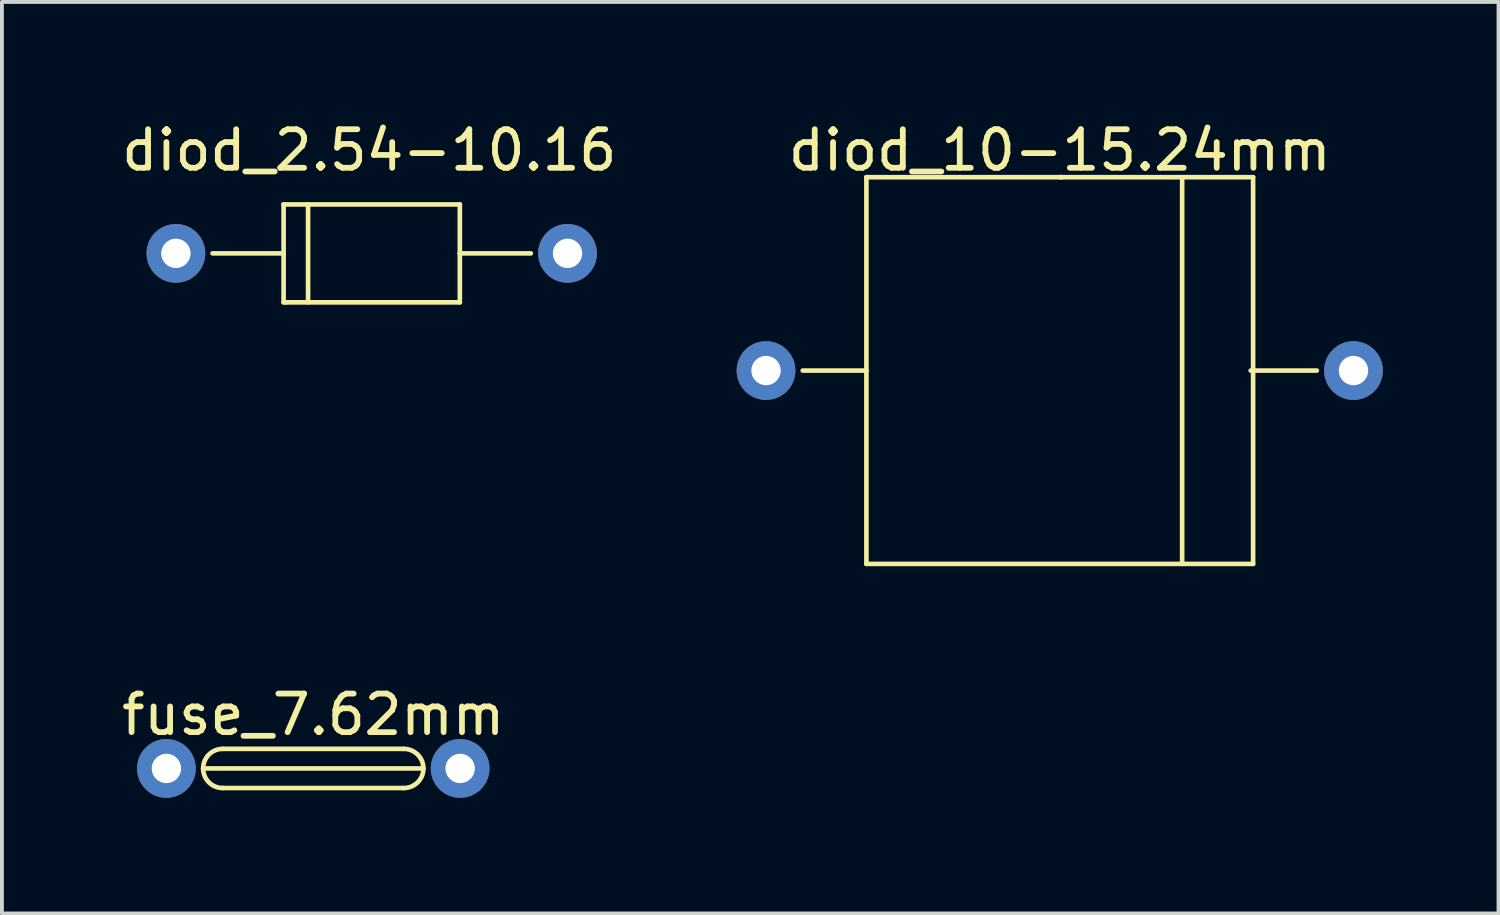
<source format=kicad_pcb>
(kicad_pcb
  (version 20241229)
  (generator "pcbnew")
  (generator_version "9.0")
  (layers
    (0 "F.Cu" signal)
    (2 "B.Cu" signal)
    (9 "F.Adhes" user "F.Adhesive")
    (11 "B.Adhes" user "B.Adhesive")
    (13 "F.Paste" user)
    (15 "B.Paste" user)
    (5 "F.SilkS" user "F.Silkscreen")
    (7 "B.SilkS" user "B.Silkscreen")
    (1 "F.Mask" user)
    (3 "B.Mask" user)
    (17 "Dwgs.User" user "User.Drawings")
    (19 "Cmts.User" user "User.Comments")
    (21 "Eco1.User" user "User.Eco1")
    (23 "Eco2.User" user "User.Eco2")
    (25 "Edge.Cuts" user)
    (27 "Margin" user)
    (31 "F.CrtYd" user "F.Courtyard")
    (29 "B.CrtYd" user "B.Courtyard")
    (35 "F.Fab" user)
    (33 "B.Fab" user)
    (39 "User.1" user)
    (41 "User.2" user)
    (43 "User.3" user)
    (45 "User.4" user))
  (footprint "fuse_7.62mm"
    (layer "F.Cu")
    (at 5.077 16.885)
    (property "Reference" "fuse_7.62mm" (at 0 -1.397 0) (layer "F.SilkS") (effects (font (size 1 1) (thickness 0.15))))
    (attr through_hole)
    (fp_line (start -2.857 0) (end 2.857 0) (stroke (width 0.12) (type solid)) (layer "F.SilkS"))
    (fp_line (start -2.349 0.508) (end 2.349 0.508) (stroke (width 0.12) (type solid)) (layer "F.SilkS"))
    (fp_line (start 2.349 -0.508) (end -2.349 -0.508) (stroke (width 0.12) (type solid)) (layer "F.SilkS"))
    (fp_arc (start -2.8575 0) (mid -2.70871 -0.35921) (end -2.3495 -0.508) (stroke (width 0.12) (type solid)) (layer "F.SilkS"))
    (fp_arc (start -2.3495 0.508) (mid -2.70871 0.35921) (end -2.8575 0) (stroke (width 0.12) (type solid)) (layer "F.SilkS"))
    (fp_arc (start 2.3495 -0.508) (mid 2.8575 0) (end 2.3495 0.508) (stroke (width 0.12) (type solid)) (layer "F.SilkS"))
    (pad "1" thru_hole circle (at 3.81 0) (size 1.524 1.524) (drill 0.762) (layers "*.Cu" "*.Mask"))
    (pad "2" thru_hole circle (at -3.81 0) (size 1.524 1.524) (drill 0.762) (layers "*.Cu" "*.Mask")))
  (footprint "diod_10-15.24mm"
    (layer "F.Cu")
    (at 24.442 6.563)
    (property "Reference" "diod_10-15.24mm" (at 0 -5.715 0) (layer "F.SilkS") (effects (font (size 1 1) (thickness 0.15))))
    (attr through_hole)
    (fp_line (start -6.668 0) (end -5.016 0) (stroke (width 0.12) (type solid)) (layer "F.SilkS"))
    (fp_line (start -5.016 -5.016) (end 0.064 -5.016) (stroke (width 0.12) (type solid)) (layer "F.SilkS"))
    (fp_line (start -5.016 5.016) (end -5.016 -5.016) (stroke (width 0.12) (type solid)) (layer "F.SilkS"))
    (fp_line (start 0 -5.016) (end 5.016 -5.016) (stroke (width 0.12) (type solid)) (layer "F.SilkS"))
    (fp_line (start 3.175 -5.016) (end 3.175 5.016) (stroke (width 0.12) (type solid)) (layer "F.SilkS"))
    (fp_line (start 5.016 -5.016) (end 5.016 5.016) (stroke (width 0.12) (type solid)) (layer "F.SilkS"))
    (fp_line (start 5.016 5.016) (end -5.016 5.016) (stroke (width 0.12) (type solid)) (layer "F.SilkS"))
    (fp_line (start 6.668 0) (end 4.953 0) (stroke (width 0.12) (type solid)) (layer "F.SilkS"))
    (pad "1" thru_hole circle (at 7.62 0) (size 1.524 1.524) (drill 0.762) (layers "*.Cu" "*.Mask"))
    (pad "2" thru_hole circle (at -7.62 0) (size 1.524 1.524) (drill 0.762) (layers "*.Cu" "*.Mask")))
  (footprint "diod_2.54-10.16"
    (layer "F.Cu")
    (at 6.593 3.523)
    (property "Reference" "diod_2.54-10.16" (at -0.064 -2.675 0) (layer "F.SilkS") (effects (font (size 1 1) (thickness 0.15))))
    (attr through_hole)
    (fp_line (start -2.286 0) (end -4.128 0) (stroke (width 0.12) (type solid)) (layer "F.SilkS"))
    (fp_line (start -2.286 0) (end -2.286 -1.27) (stroke (width 0.12) (type solid)) (layer "F.SilkS"))
    (fp_line (start -2.286 0) (end -2.286 1.27) (stroke (width 0.12) (type solid)) (layer "F.SilkS"))
    (fp_line (start -2.223 1.27) (end -2.286 1.27) (stroke (width 0.12) (type solid)) (layer "F.SilkS"))
    (fp_line (start -1.651 -1.27) (end -1.651 1.27) (stroke (width 0.12) (type solid)) (layer "F.SilkS"))
    (fp_line (start 2.286 -1.27) (end -2.286 -1.27) (stroke (width 0.12) (type solid)) (layer "F.SilkS"))
    (fp_line (start 2.286 0) (end 2.286 -1.27) (stroke (width 0.12) (type solid)) (layer "F.SilkS"))
    (fp_line (start 2.286 0) (end 2.286 1.27) (stroke (width 0.12) (type solid)) (layer "F.SilkS"))
    (fp_line (start 2.286 0) (end 4.128 0) (stroke (width 0.12) (type solid)) (layer "F.SilkS"))
    (fp_line (start 2.286 1.27) (end -2.223 1.27) (stroke (width 0.12) (type solid)) (layer "F.SilkS"))
    (pad "1" thru_hole circle (at -5.08 0) (size 1.524 1.524) (drill 0.762) (layers "*.Cu" "*.Mask"))
    (pad "2" thru_hole circle (at 5.08 0) (size 1.524 1.524) (drill 0.762) (layers "*.Cu" "*.Mask")))
  (gr_rect
    (start -3 -3)
    (end 35.824 20.647)
    (stroke (width 0.1) (type default))
    (fill no)
    (layer "Edge.Cuts")))
</source>
